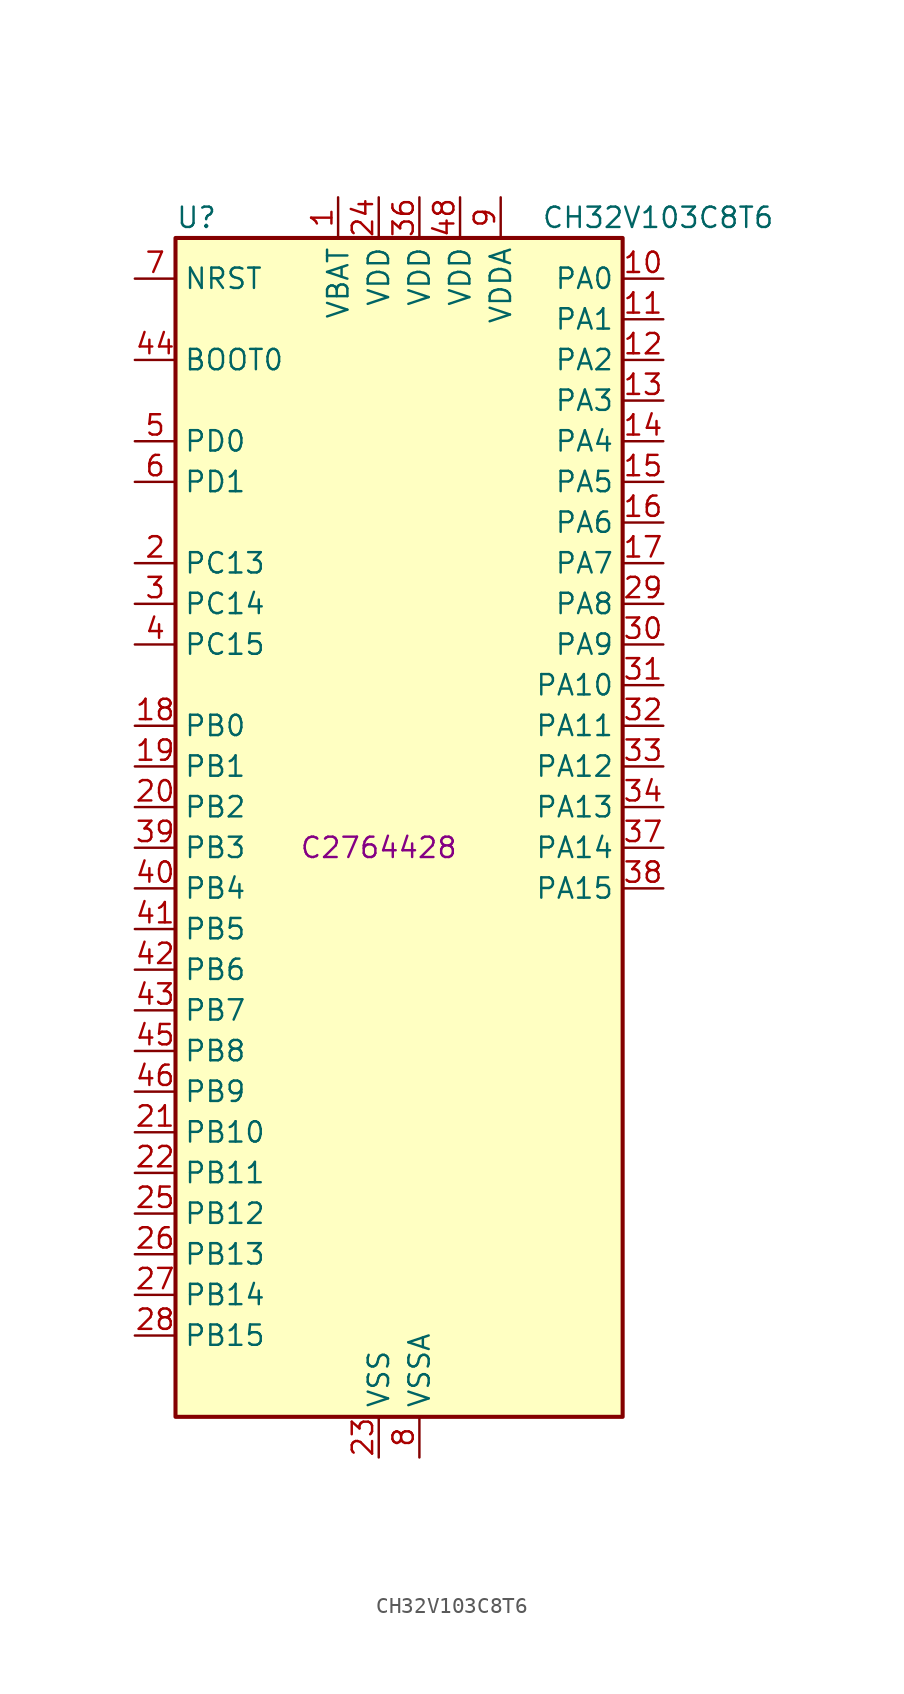
<source format=kicad_sym>
(kicad_symbol_lib
  (version 20220914)
  (generator kicad_symbol_editor)
  (symbol "CH32V103C8T6"
    (property "Reference" "U"
      (at -12.7 39.37 0)
      (effects (font (size 1.27 1.27)) (justify left)))
    (property "Value" "CH32V103C8T6"
      (at 10.16 39.37 0)
      (effects (font (size 1.27 1.27)) (justify left)))
    (property "LCSC ID" "C2764428"
      (at 0 0 0)
      (effects (font (size 1.27 1.27))))
    (symbol "CH32V103C8T6_0_1"
      (rectangle (start -12.7 38.1) (end 15.24 -35.56) (stroke (width 0.254) (type default)) (fill (type background))))
    (symbol "CH32V103C8T6_1_1"
      (pin power_in line (at -2.54 40.64 270) (length 2.54) (name "VBAT" (effects (font (size 1.27 1.27)))) (number "1" (effects (font (size 1.27 1.27)))))
      (pin bidirectional line (at 17.78 35.56 180) (length 2.54) (name "PA0" (effects (font (size 1.27 1.27)))) (number "10" (effects (font (size 1.27 1.27)))) (alternate "ADC1_IN0" bidirectional line) (alternate "ADC2_IN0" bidirectional line) (alternate "SYS_WKUP" bidirectional line) (alternate "TIM2_CH1" bidirectional line) (alternate "TIM2_ETR" bidirectional line) (alternate "USART2_CTS" bidirectional line))
      (pin bidirectional line (at 17.78 33.02 180) (length 2.54) (name "PA1" (effects (font (size 1.27 1.27)))) (number "11" (effects (font (size 1.27 1.27)))) (alternate "ADC1_IN1" bidirectional line) (alternate "ADC2_IN1" bidirectional line) (alternate "TIM2_CH2" bidirectional line) (alternate "USART2_RTS" bidirectional line))
      (pin bidirectional line (at 17.78 30.48 180) (length 2.54) (name "PA2" (effects (font (size 1.27 1.27)))) (number "12" (effects (font (size 1.27 1.27)))) (alternate "ADC1_IN2" bidirectional line) (alternate "ADC2_IN2" bidirectional line) (alternate "TIM2_CH3" bidirectional line) (alternate "USART2_TX" bidirectional line))
      (pin bidirectional line (at 17.78 27.94 180) (length 2.54) (name "PA3" (effects (font (size 1.27 1.27)))) (number "13" (effects (font (size 1.27 1.27)))) (alternate "ADC1_IN3" bidirectional line) (alternate "ADC2_IN3" bidirectional line) (alternate "TIM2_CH4" bidirectional line) (alternate "USART2_RX" bidirectional line))
      (pin bidirectional line (at 17.78 25.4 180) (length 2.54) (name "PA4" (effects (font (size 1.27 1.27)))) (number "14" (effects (font (size 1.27 1.27)))) (alternate "ADC1_IN4" bidirectional line) (alternate "ADC2_IN4" bidirectional line) (alternate "SPI1_NSS" bidirectional line) (alternate "USART2_CK" bidirectional line))
      (pin bidirectional line (at 17.78 22.86 180) (length 2.54) (name "PA5" (effects (font (size 1.27 1.27)))) (number "15" (effects (font (size 1.27 1.27)))) (alternate "ADC1_IN5" bidirectional line) (alternate "ADC2_IN5" bidirectional line) (alternate "SPI1_SCK" bidirectional line))
      (pin bidirectional line (at 17.78 20.32 180) (length 2.54) (name "PA6" (effects (font (size 1.27 1.27)))) (number "16" (effects (font (size 1.27 1.27)))) (alternate "ADC1_IN6" bidirectional line) (alternate "ADC2_IN6" bidirectional line) (alternate "SPI1_MISO" bidirectional line) (alternate "TIM1_BKIN" bidirectional line) (alternate "TIM3_CH1" bidirectional line))
      (pin bidirectional line (at 17.78 17.78 180) (length 2.54) (name "PA7" (effects (font (size 1.27 1.27)))) (number "17" (effects (font (size 1.27 1.27)))) (alternate "ADC1_IN7" bidirectional line) (alternate "ADC2_IN7" bidirectional line) (alternate "SPI1_MOSI" bidirectional line) (alternate "TIM1_CH1N" bidirectional line) (alternate "TIM3_CH2" bidirectional line))
      (pin bidirectional line (at -15.24 7.62 0) (length 2.54) (name "PB0" (effects (font (size 1.27 1.27)))) (number "18" (effects (font (size 1.27 1.27)))) (alternate "ADC1_IN8" bidirectional line) (alternate "ADC2_IN8" bidirectional line) (alternate "TIM1_CH2N" bidirectional line) (alternate "TIM3_CH3" bidirectional line))
      (pin bidirectional line (at -15.24 5.08 0) (length 2.54) (name "PB1" (effects (font (size 1.27 1.27)))) (number "19" (effects (font (size 1.27 1.27)))) (alternate "ADC1_IN9" bidirectional line) (alternate "ADC2_IN9" bidirectional line) (alternate "TIM1_CH3N" bidirectional line) (alternate "TIM3_CH4" bidirectional line))
      (pin bidirectional line (at -15.24 17.78 0) (length 2.54) (name "PC13" (effects (font (size 1.27 1.27)))) (number "2" (effects (font (size 1.27 1.27)))) (alternate "RTC_OUT" bidirectional line) (alternate "RTC_TAMPER" bidirectional line))
      (pin bidirectional line (at -15.24 2.54 0) (length 2.54) (name "PB2" (effects (font (size 1.27 1.27)))) (number "20" (effects (font (size 1.27 1.27)))))
      (pin bidirectional line (at -15.24 -17.78 0) (length 2.54) (name "PB10" (effects (font (size 1.27 1.27)))) (number "21" (effects (font (size 1.27 1.27)))) (alternate "I2C2_SCL" bidirectional line) (alternate "TIM2_CH3" bidirectional line) (alternate "USART3_TX" bidirectional line))
      (pin bidirectional line (at -15.24 -20.32 0) (length 2.54) (name "PB11" (effects (font (size 1.27 1.27)))) (number "22" (effects (font (size 1.27 1.27)))) (alternate "ADC1_EXTI11" bidirectional line) (alternate "ADC2_EXTI11" bidirectional line) (alternate "I2C2_SDA" bidirectional line) (alternate "TIM2_CH4" bidirectional line) (alternate "USART3_RX" bidirectional line))
      (pin power_in line (at 0 -38.1 90) (length 2.54) (name "VSS" (effects (font (size 1.27 1.27)))) (number "23" (effects (font (size 1.27 1.27)))))
      (pin power_in line (at 0 40.64 270) (length 2.54) (name "VDD" (effects (font (size 1.27 1.27)))) (number "24" (effects (font (size 1.27 1.27)))))
      (pin bidirectional line (at -15.24 -22.86 0) (length 2.54) (name "PB12" (effects (font (size 1.27 1.27)))) (number "25" (effects (font (size 1.27 1.27)))) (alternate "I2C2_SMBA" bidirectional line) (alternate "SPI2_NSS" bidirectional line) (alternate "TIM1_BKIN" bidirectional line) (alternate "USART3_CK" bidirectional line))
      (pin bidirectional line (at -15.24 -25.4 0) (length 2.54) (name "PB13" (effects (font (size 1.27 1.27)))) (number "26" (effects (font (size 1.27 1.27)))) (alternate "SPI2_SCK" bidirectional line) (alternate "TIM1_CH1N" bidirectional line) (alternate "USART3_CTS" bidirectional line))
      (pin bidirectional line (at -15.24 -27.94 0) (length 2.54) (name "PB14" (effects (font (size 1.27 1.27)))) (number "27" (effects (font (size 1.27 1.27)))) (alternate "SPI2_MISO" bidirectional line) (alternate "TIM1_CH2N" bidirectional line) (alternate "USART3_RTS" bidirectional line))
      (pin bidirectional line (at -15.24 -30.48 0) (length 2.54) (name "PB15" (effects (font (size 1.27 1.27)))) (number "28" (effects (font (size 1.27 1.27)))) (alternate "ADC1_EXTI15" bidirectional line) (alternate "ADC2_EXTI15" bidirectional line) (alternate "SPI2_MOSI" bidirectional line) (alternate "TIM1_CH3N" bidirectional line))
      (pin bidirectional line (at 17.78 15.24 180) (length 2.54) (name "PA8" (effects (font (size 1.27 1.27)))) (number "29" (effects (font (size 1.27 1.27)))) (alternate "RCC_MCO" bidirectional line) (alternate "TIM1_CH1" bidirectional line) (alternate "USART1_CK" bidirectional line))
      (pin bidirectional line (at -15.24 15.24 0) (length 2.54) (name "PC14" (effects (font (size 1.27 1.27)))) (number "3" (effects (font (size 1.27 1.27)))) (alternate "RCC_OSC32_IN" bidirectional line))
      (pin bidirectional line (at 17.78 12.7 180) (length 2.54) (name "PA9" (effects (font (size 1.27 1.27)))) (number "30" (effects (font (size 1.27 1.27)))) (alternate "TIM1_CH2" bidirectional line) (alternate "USART1_TX" bidirectional line))
      (pin bidirectional line (at 17.78 10.16 180) (length 2.54) (name "PA10" (effects (font (size 1.27 1.27)))) (number "31" (effects (font (size 1.27 1.27)))) (alternate "TIM1_CH3" bidirectional line) (alternate "USART1_RX" bidirectional line))
      (pin bidirectional line (at 17.78 7.62 180) (length 2.54) (name "PA11" (effects (font (size 1.27 1.27)))) (number "32" (effects (font (size 1.27 1.27)))) (alternate "ADC1_EXTI11" bidirectional line) (alternate "ADC2_EXTI11" bidirectional line) (alternate "CAN_RX" bidirectional line) (alternate "TIM1_CH4" bidirectional line) (alternate "USART1_CTS" bidirectional line) (alternate "USB_DM" bidirectional line))
      (pin bidirectional line (at 17.78 5.08 180) (length 2.54) (name "PA12" (effects (font (size 1.27 1.27)))) (number "33" (effects (font (size 1.27 1.27)))) (alternate "CAN_TX" bidirectional line) (alternate "TIM1_ETR" bidirectional line) (alternate "USART1_RTS" bidirectional line) (alternate "USB_DP" bidirectional line))
      (pin bidirectional line (at 17.78 2.54 180) (length 2.54) (name "PA13" (effects (font (size 1.27 1.27)))) (number "34" (effects (font (size 1.27 1.27)))) (alternate "SYS_JTMS-SWDIO" bidirectional line))
      (pin passive line (at 0 -38.1 90) (length 2.54) hide (name "VSS" (effects (font (size 1.27 1.27)))) (number "35" (effects (font (size 1.27 1.27)))))
      (pin power_in line (at 2.54 40.64 270) (length 2.54) (name "VDD" (effects (font (size 1.27 1.27)))) (number "36" (effects (font (size 1.27 1.27)))))
      (pin bidirectional line (at 17.78 0 180) (length 2.54) (name "PA14" (effects (font (size 1.27 1.27)))) (number "37" (effects (font (size 1.27 1.27)))) (alternate "SYS_JTCK-SWCLK" bidirectional line))
      (pin bidirectional line (at 17.78 -2.54 180) (length 2.54) (name "PA15" (effects (font (size 1.27 1.27)))) (number "38" (effects (font (size 1.27 1.27)))) (alternate "ADC1_EXTI15" bidirectional line) (alternate "ADC2_EXTI15" bidirectional line) (alternate "SPI1_NSS" bidirectional line) (alternate "SYS_JTDI" bidirectional line) (alternate "TIM2_CH1" bidirectional line) (alternate "TIM2_ETR" bidirectional line))
      (pin bidirectional line (at -15.24 0 0) (length 2.54) (name "PB3" (effects (font (size 1.27 1.27)))) (number "39" (effects (font (size 1.27 1.27)))) (alternate "SPI1_SCK" bidirectional line) (alternate "SYS_JTDO-TRACESWO" bidirectional line) (alternate "TIM2_CH2" bidirectional line))
      (pin bidirectional line (at -15.24 12.7 0) (length 2.54) (name "PC15" (effects (font (size 1.27 1.27)))) (number "4" (effects (font (size 1.27 1.27)))) (alternate "ADC1_EXTI15" bidirectional line) (alternate "ADC2_EXTI15" bidirectional line) (alternate "RCC_OSC32_OUT" bidirectional line))
      (pin bidirectional line (at -15.24 -2.54 0) (length 2.54) (name "PB4" (effects (font (size 1.27 1.27)))) (number "40" (effects (font (size 1.27 1.27)))) (alternate "SPI1_MISO" bidirectional line) (alternate "SYS_NJTRST" bidirectional line) (alternate "TIM3_CH1" bidirectional line))
      (pin bidirectional line (at -15.24 -5.08 0) (length 2.54) (name "PB5" (effects (font (size 1.27 1.27)))) (number "41" (effects (font (size 1.27 1.27)))) (alternate "I2C1_SMBA" bidirectional line) (alternate "SPI1_MOSI" bidirectional line) (alternate "TIM3_CH2" bidirectional line))
      (pin bidirectional line (at -15.24 -7.62 0) (length 2.54) (name "PB6" (effects (font (size 1.27 1.27)))) (number "42" (effects (font (size 1.27 1.27)))) (alternate "I2C1_SCL" bidirectional line) (alternate "TIM4_CH1" bidirectional line) (alternate "USART1_TX" bidirectional line))
      (pin bidirectional line (at -15.24 -10.16 0) (length 2.54) (name "PB7" (effects (font (size 1.27 1.27)))) (number "43" (effects (font (size 1.27 1.27)))) (alternate "I2C1_SDA" bidirectional line) (alternate "TIM4_CH2" bidirectional line) (alternate "USART1_RX" bidirectional line))
      (pin input line (at -15.24 30.48 0) (length 2.54) (name "BOOT0" (effects (font (size 1.27 1.27)))) (number "44" (effects (font (size 1.27 1.27)))))
      (pin bidirectional line (at -15.24 -12.7 0) (length 2.54) (name "PB8" (effects (font (size 1.27 1.27)))) (number "45" (effects (font (size 1.27 1.27)))) (alternate "CAN_RX" bidirectional line) (alternate "I2C1_SCL" bidirectional line) (alternate "TIM4_CH3" bidirectional line))
      (pin bidirectional line (at -15.24 -15.24 0) (length 2.54) (name "PB9" (effects (font (size 1.27 1.27)))) (number "46" (effects (font (size 1.27 1.27)))) (alternate "CAN_TX" bidirectional line) (alternate "I2C1_SDA" bidirectional line) (alternate "TIM4_CH4" bidirectional line))
      (pin passive line (at 0 -38.1 90) (length 2.54) hide (name "VSS" (effects (font (size 1.27 1.27)))) (number "47" (effects (font (size 1.27 1.27)))))
      (pin power_in line (at 5.08 40.64 270) (length 2.54) (name "VDD" (effects (font (size 1.27 1.27)))) (number "48" (effects (font (size 1.27 1.27)))))
      (pin bidirectional line (at -15.24 25.4 0) (length 2.54) (name "PD0" (effects (font (size 1.27 1.27)))) (number "5" (effects (font (size 1.27 1.27)))) (alternate "RCC_OSC_IN" bidirectional line))
      (pin bidirectional line (at -15.24 22.86 0) (length 2.54) (name "PD1" (effects (font (size 1.27 1.27)))) (number "6" (effects (font (size 1.27 1.27)))) (alternate "RCC_OSC_OUT" bidirectional line))
      (pin input line (at -15.24 35.56 0) (length 2.54) (name "NRST" (effects (font (size 1.27 1.27)))) (number "7" (effects (font (size 1.27 1.27)))))
      (pin power_in line (at 2.54 -38.1 90) (length 2.54) (name "VSSA" (effects (font (size 1.27 1.27)))) (number "8" (effects (font (size 1.27 1.27)))))
      (pin power_in line (at 7.62 40.64 270) (length 2.54) (name "VDDA" (effects (font (size 1.27 1.27)))) (number "9" (effects (font (size 1.27 1.27))))))))
</source>
